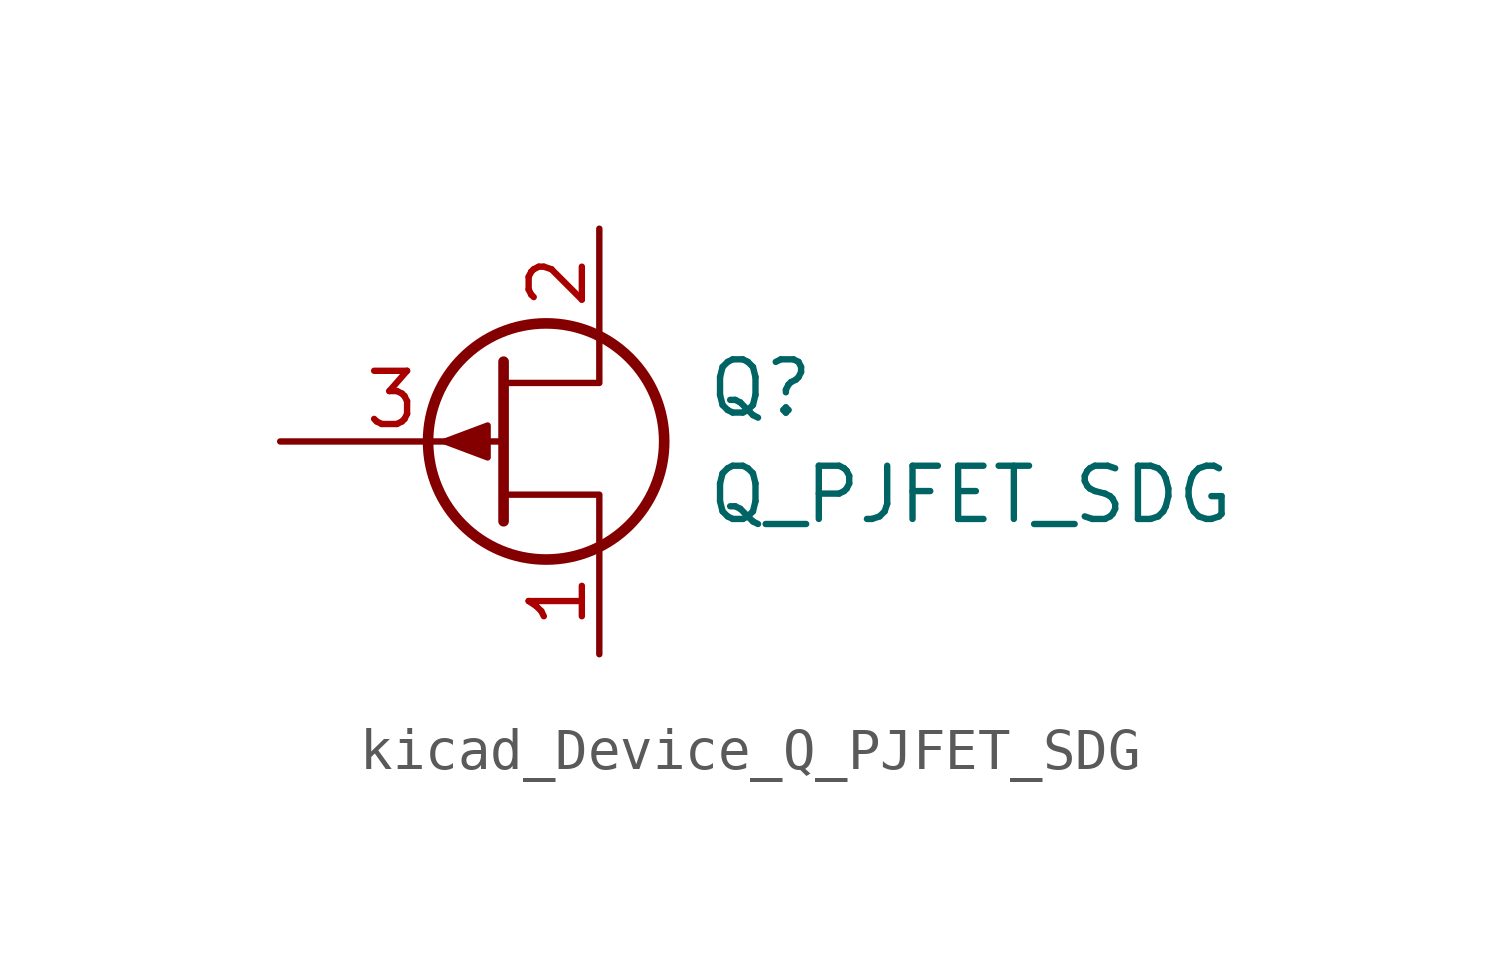
<source format=kicad_sym>
(kicad_symbol_lib
  (version 20220914)
  (generator kicad_symbol_editor)
  (symbol "kicad_Device_Q_PJFET_SDG"
    (pin_names
      (offset 0) hide)
    (property "Reference" "Q"
      (at 5.08 1.27 0)
      (effects (font (size 1.27 1.27)) (justify left)))
    (property "Value" "Q_PJFET_SDG"
      (at 5.08 -1.27 0)
      (effects (font (size 1.27 1.27)) (justify left)))
    (symbol "kicad_Device_Q_PJFET_SDG_0_1"
      (polyline (pts (xy 0.254 1.905) (xy 0.254 -1.905) (xy 0.254 -1.905)) (stroke (width 0.254) (type default)) (fill (type none)))
      (polyline (pts (xy 2.54 -2.54) (xy 2.54 -1.27) (xy 0.254 -1.27)) (stroke (width 0) (type default)) (fill (type none)))
      (polyline (pts (xy 2.54 2.54) (xy 2.54 1.397) (xy 0.254 1.397)) (stroke (width 0) (type default)) (fill (type none)))
      (polyline (pts (xy -1.143 0) (xy -0.127 0.381) (xy -0.127 -0.381) (xy -1.143 0)) (stroke (width 0) (type default)) (fill (type outline)))
      (circle (center 1.27 0) (radius 2.819) (stroke (width 0.254) (type default)) (fill (type none))))
    (symbol "kicad_Device_Q_PJFET_SDG_1_1"
      (pin passive line (at 2.54 -5.08 90) (length 2.54) (name "S" (effects (font (size 1.27 1.27)))) (number "1" (effects (font (size 1.27 1.27)))))
      (pin passive line (at 2.54 5.08 270) (length 2.54) (name "D" (effects (font (size 1.27 1.27)))) (number "2" (effects (font (size 1.27 1.27)))))
      (pin input line (at -5.08 0 0) (length 5.334) (name "G" (effects (font (size 1.27 1.27)))) (number "3" (effects (font (size 1.27 1.27))))))))
</source>
